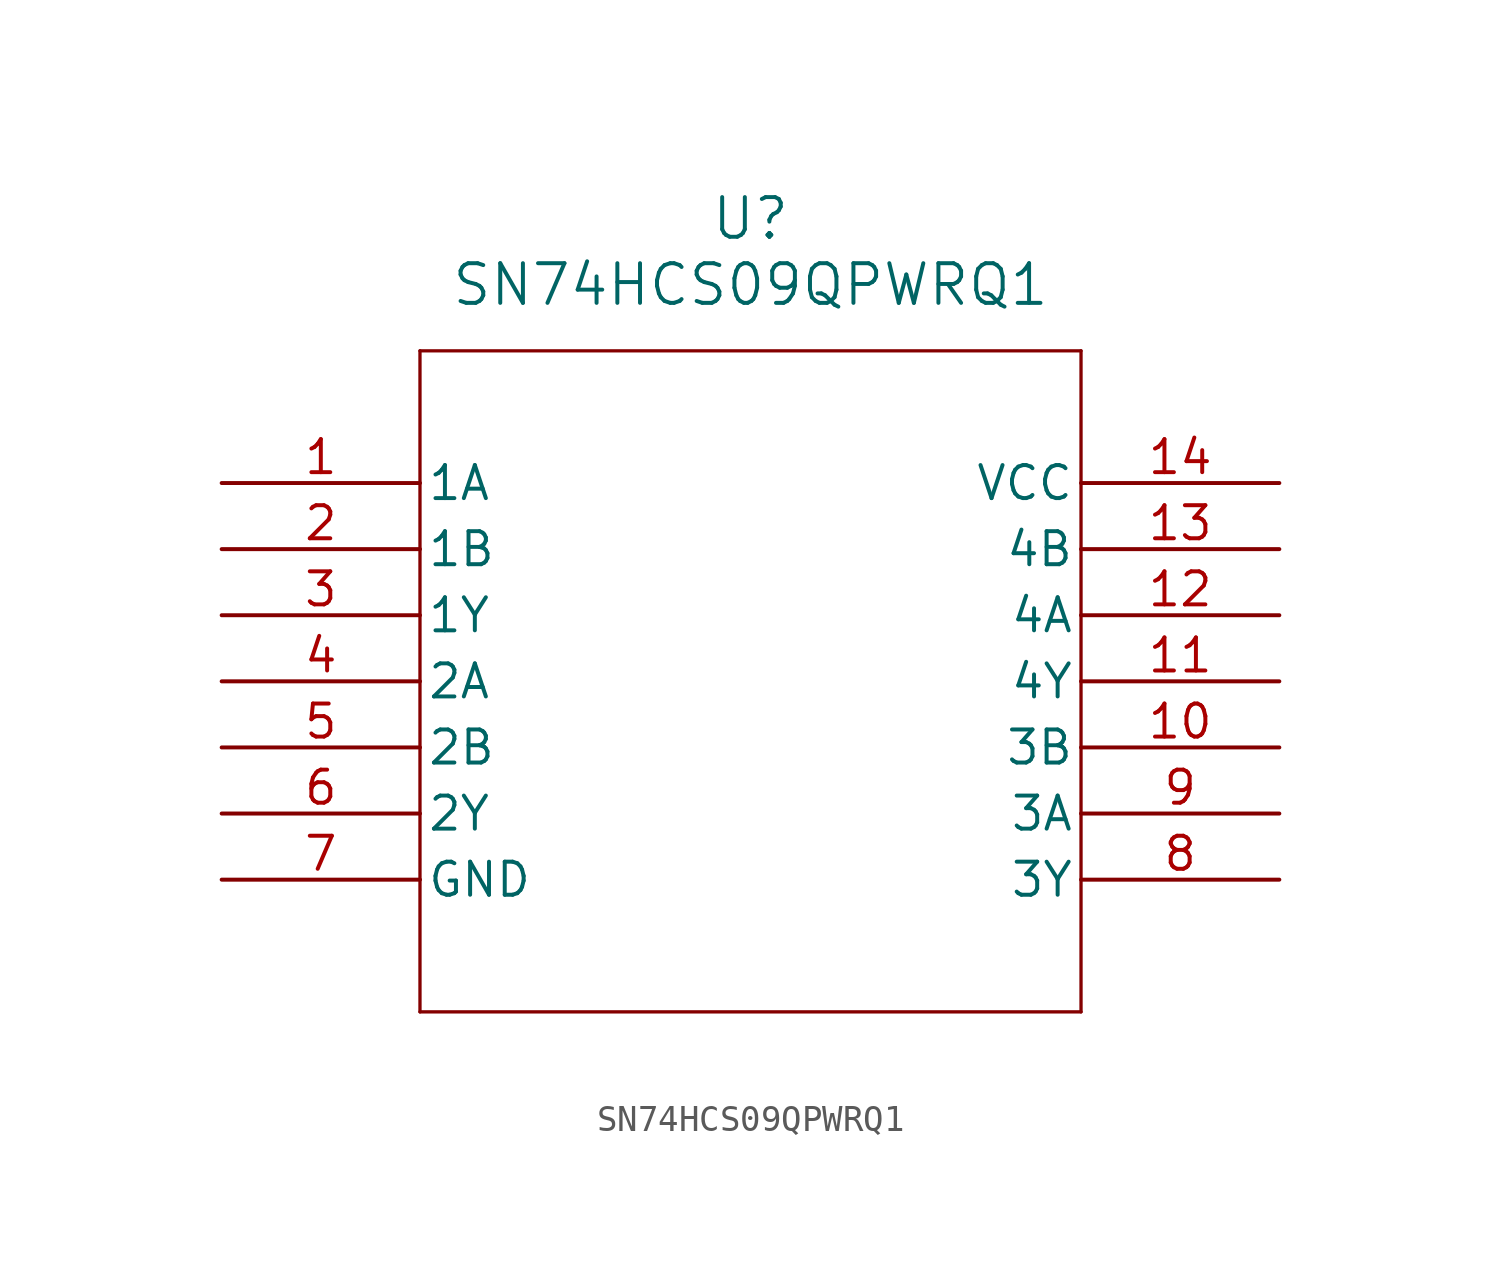
<source format=kicad_sym>
(kicad_symbol_lib
  (version 20211014)
  (generator kicad_symbol_editor)
  (symbol "SN74HCS09QPWRQ1"
    (pin_names
      (offset 0.254))
    (property "Reference" "U"
      (at 20.32 10.16 0)
      (effects (font (size 1.524 1.524))))
    (property "Value" "SN74HCS09QPWRQ1"
      (at 20.32 7.62 0)
      (effects (font (size 1.524 1.524))))
    (symbol "SN74HCS09QPWRQ1_0_1"
      (polyline (pts (xy 7.62 5.08) (xy 7.62 -20.32)) (stroke (width 0.127) (type default) (color 0 0 0 0)) (fill (type none)))
      (polyline (pts (xy 7.62 -20.32) (xy 33.02 -20.32)) (stroke (width 0.127) (type default) (color 0 0 0 0)) (fill (type none)))
      (polyline (pts (xy 33.02 -20.32) (xy 33.02 5.08)) (stroke (width 0.127) (type default) (color 0 0 0 0)) (fill (type none)))
      (polyline (pts (xy 33.02 5.08) (xy 7.62 5.08)) (stroke (width 0.127) (type default) (color 0 0 0 0)) (fill (type none)))
      (pin input line (at 0 0 0) (length 7.62) (name "1A" (effects (font (size 1.27 1.27)))) (number "1" (effects (font (size 1.27 1.27)))))
      (pin input line (at 0 -2.54 0) (length 7.62) (name "1B" (effects (font (size 1.27 1.27)))) (number "2" (effects (font (size 1.27 1.27)))))
      (pin output line (at 0 -5.08 0) (length 7.62) (name "1Y" (effects (font (size 1.27 1.27)))) (number "3" (effects (font (size 1.27 1.27)))))
      (pin input line (at 0 -7.62 0) (length 7.62) (name "2A" (effects (font (size 1.27 1.27)))) (number "4" (effects (font (size 1.27 1.27)))))
      (pin input line (at 0 -10.16 0) (length 7.62) (name "2B" (effects (font (size 1.27 1.27)))) (number "5" (effects (font (size 1.27 1.27)))))
      (pin output line (at 0 -12.7 0) (length 7.62) (name "2Y" (effects (font (size 1.27 1.27)))) (number "6" (effects (font (size 1.27 1.27)))))
      (pin power_out line (at 0 -15.24 0) (length 7.62) (name "GND" (effects (font (size 1.27 1.27)))) (number "7" (effects (font (size 1.27 1.27)))))
      (pin output line (at 40.64 -15.24 180) (length 7.62) (name "3Y" (effects (font (size 1.27 1.27)))) (number "8" (effects (font (size 1.27 1.27)))))
      (pin input line (at 40.64 -12.7 180) (length 7.62) (name "3A" (effects (font (size 1.27 1.27)))) (number "9" (effects (font (size 1.27 1.27)))))
      (pin input line (at 40.64 -10.16 180) (length 7.62) (name "3B" (effects (font (size 1.27 1.27)))) (number "10" (effects (font (size 1.27 1.27)))))
      (pin output line (at 40.64 -7.62 180) (length 7.62) (name "4Y" (effects (font (size 1.27 1.27)))) (number "11" (effects (font (size 1.27 1.27)))))
      (pin input line (at 40.64 -5.08 180) (length 7.62) (name "4A" (effects (font (size 1.27 1.27)))) (number "12" (effects (font (size 1.27 1.27)))))
      (pin input line (at 40.64 -2.54 180) (length 7.62) (name "4B" (effects (font (size 1.27 1.27)))) (number "13" (effects (font (size 1.27 1.27)))))
      (pin power_in line (at 40.64 0 180) (length 7.62) (name "VCC" (effects (font (size 1.27 1.27)))) (number "14" (effects (font (size 1.27 1.27))))))))
</source>
